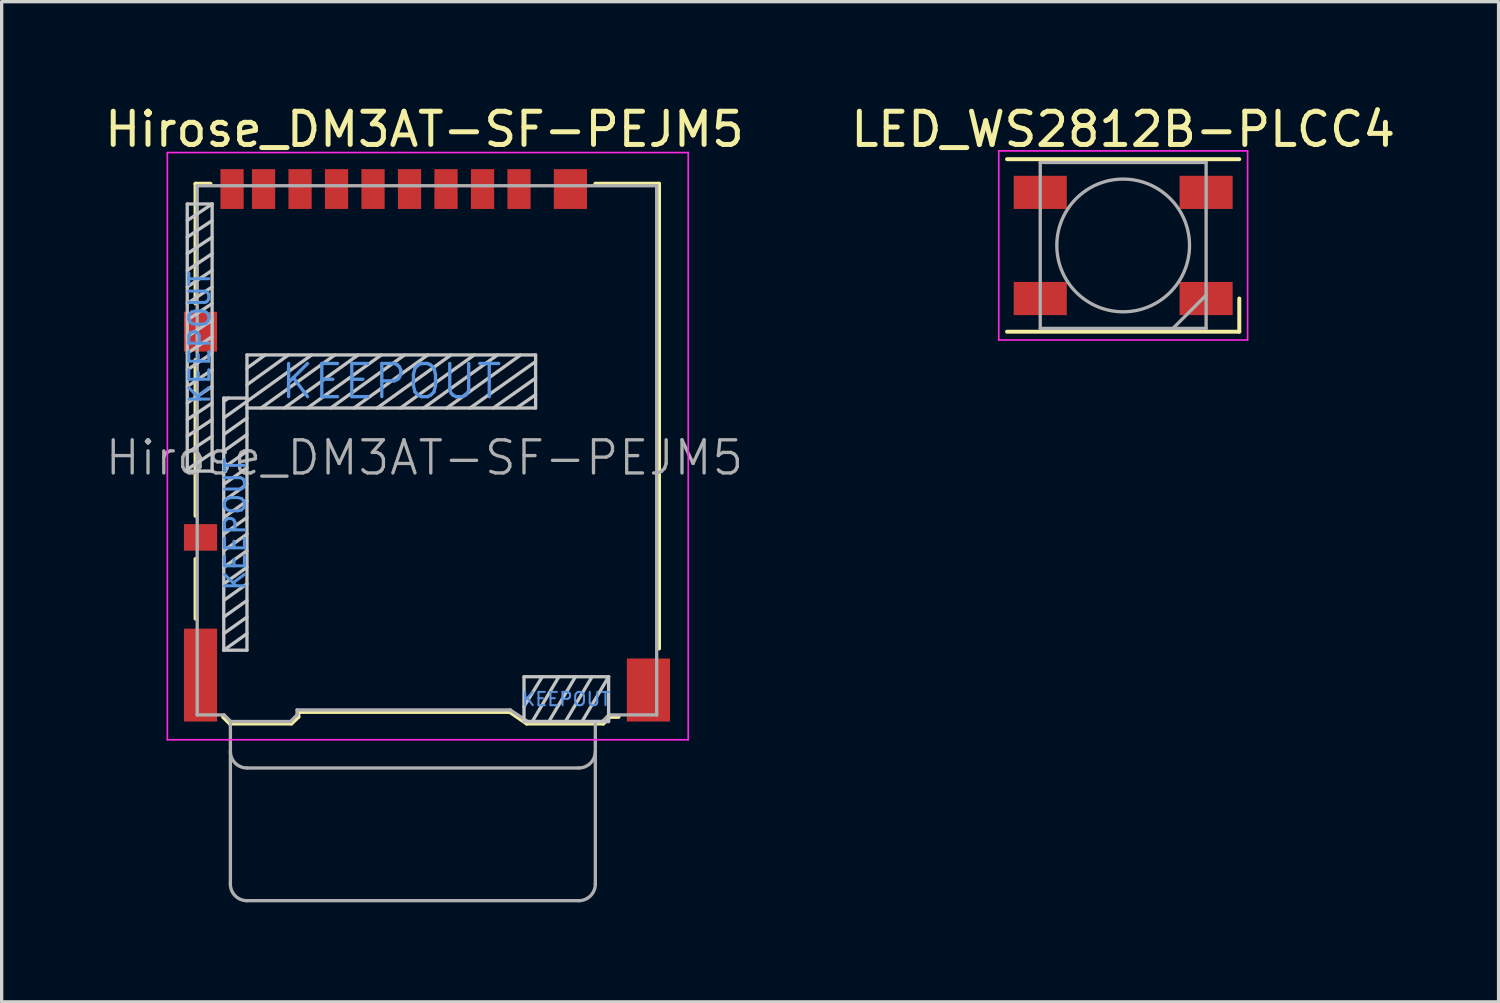
<source format=kicad_pcb>
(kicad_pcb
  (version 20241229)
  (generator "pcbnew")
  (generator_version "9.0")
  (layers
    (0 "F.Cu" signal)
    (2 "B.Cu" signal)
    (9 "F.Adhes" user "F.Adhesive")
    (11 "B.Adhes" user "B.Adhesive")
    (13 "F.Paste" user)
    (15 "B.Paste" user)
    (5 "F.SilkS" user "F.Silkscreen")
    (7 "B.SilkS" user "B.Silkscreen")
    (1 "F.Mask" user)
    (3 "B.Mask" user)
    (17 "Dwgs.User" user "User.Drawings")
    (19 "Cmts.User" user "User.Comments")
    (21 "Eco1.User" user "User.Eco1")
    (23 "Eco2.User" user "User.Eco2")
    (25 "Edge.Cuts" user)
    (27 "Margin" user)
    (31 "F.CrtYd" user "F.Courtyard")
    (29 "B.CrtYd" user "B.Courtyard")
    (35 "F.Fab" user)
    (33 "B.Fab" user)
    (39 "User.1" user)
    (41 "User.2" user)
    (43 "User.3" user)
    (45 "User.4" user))
  (footprint "Hirose_DM3AT-SF-PEJM5"
    (layer "F.Cu")
    (at 12.594 3.248)
    (property "Reference" "Hirose_DM3AT-SF-PEJM5" (at -2.85 -2.4 0) (layer "F.SilkS") (effects (font (size 1 1) (thickness 0.15))))
    (attr smd)
    (fp_line (start -9.75 -0.76) (end -9.75 2.85) (stroke (width 0.12) (type solid)) (layer "F.SilkS"))
    (fp_line (start -9.75 4.55) (end -9.75 9.25) (stroke (width 0.12) (type solid)) (layer "F.SilkS"))
    (fp_line (start -9.75 10.55) (end -9.75 12.35) (stroke (width 0.12) (type solid)) (layer "F.SilkS"))
    (fp_line (start -9.3 -0.76) (end -9.75 -0.76) (stroke (width 0.12) (type solid)) (layer "F.SilkS"))
    (fp_line (start -8.72 15.51) (end -8.92 15.31) (stroke (width 0.12) (type solid)) (layer "F.SilkS"))
    (fp_line (start -8.72 15.51) (end -6.86 15.51) (stroke (width 0.12) (type solid)) (layer "F.SilkS"))
    (fp_line (start -6.86 15.51) (end -6.65 15.31) (stroke (width 0.12) (type solid)) (layer "F.SilkS"))
    (fp_line (start -6.65 15.16) (end -6.65 15.31) (stroke (width 0.12) (type solid)) (layer "F.SilkS"))
    (fp_line (start -6.65 15.16) (end -0.28 15.16) (stroke (width 0.12) (type solid)) (layer "F.SilkS"))
    (fp_line (start 0.23 15.51) (end -0.28 15.16) (stroke (width 0.12) (type solid)) (layer "F.SilkS"))
    (fp_line (start 2.3 -0.76) (end 4.22 -0.76) (stroke (width 0.12) (type solid)) (layer "F.SilkS"))
    (fp_line (start 2.54 15.51) (end 0.23 15.51) (stroke (width 0.12) (type solid)) (layer "F.SilkS"))
    (fp_line (start 2.54 15.51) (end 2.74 15.31) (stroke (width 0.12) (type solid)) (layer "F.SilkS"))
    (fp_line (start 2.74 15.31) (end 3 15.31) (stroke (width 0.12) (type solid)) (layer "F.SilkS"))
    (fp_line (start 4.22 -0.76) (end 4.22 13.25) (stroke (width 0.12) (type solid)) (layer "F.SilkS"))
    (fp_line (start -10 -0.15) (end -9.25 -0.15) (stroke (width 0.1) (type solid)) (layer "Dwgs.User"))
    (fp_line (start -10 7.9) (end -10 -0.15) (stroke (width 0.1) (type solid)) (layer "Dwgs.User"))
    (fp_line (start -9.25 -0.15) (end -10 0.35) (stroke (width 0.1) (type solid)) (layer "Dwgs.User"))
    (fp_line (start -9.25 -0.15) (end -9.25 7.9) (stroke (width 0.1) (type solid)) (layer "Dwgs.User"))
    (fp_line (start -9.25 0.35) (end -10 0.85) (stroke (width 0.1) (type solid)) (layer "Dwgs.User"))
    (fp_line (start -9.25 0.85) (end -10 1.35) (stroke (width 0.1) (type solid)) (layer "Dwgs.User"))
    (fp_line (start -9.25 1.35) (end -10 1.85) (stroke (width 0.1) (type solid)) (layer "Dwgs.User"))
    (fp_line (start -9.25 1.85) (end -10 2.35) (stroke (width 0.1) (type solid)) (layer "Dwgs.User"))
    (fp_line (start -9.25 2.35) (end -10 2.85) (stroke (width 0.1) (type solid)) (layer "Dwgs.User"))
    (fp_line (start -9.25 2.85) (end -10 3.35) (stroke (width 0.1) (type solid)) (layer "Dwgs.User"))
    (fp_line (start -9.25 3.35) (end -10 3.85) (stroke (width 0.1) (type solid)) (layer "Dwgs.User"))
    (fp_line (start -9.25 3.85) (end -10 4.35) (stroke (width 0.1) (type solid)) (layer "Dwgs.User"))
    (fp_line (start -9.25 4.35) (end -10 4.85) (stroke (width 0.1) (type solid)) (layer "Dwgs.User"))
    (fp_line (start -9.25 4.85) (end -10 5.35) (stroke (width 0.1) (type solid)) (layer "Dwgs.User"))
    (fp_line (start -9.25 5.35) (end -10 5.85) (stroke (width 0.1) (type solid)) (layer "Dwgs.User"))
    (fp_line (start -9.25 5.85) (end -10 6.35) (stroke (width 0.1) (type solid)) (layer "Dwgs.User"))
    (fp_line (start -9.25 6.35) (end -10 6.85) (stroke (width 0.1) (type solid)) (layer "Dwgs.User"))
    (fp_line (start -9.25 6.85) (end -10 7.35) (stroke (width 0.1) (type solid)) (layer "Dwgs.User"))
    (fp_line (start -9.25 7.35) (end -10 7.85) (stroke (width 0.1) (type solid)) (layer "Dwgs.User"))
    (fp_line (start -9.25 7.9) (end -10 7.9) (stroke (width 0.1) (type solid)) (layer "Dwgs.User"))
    (fp_line (start -8.9 5.7) (end -8.2 5.7) (stroke (width 0.1) (type solid)) (layer "Dwgs.User"))
    (fp_line (start -8.9 5.8) (end -8.75 5.7) (stroke (width 0.1) (type solid)) (layer "Dwgs.User"))
    (fp_line (start -8.9 6.3) (end -8.2 5.8) (stroke (width 0.1) (type solid)) (layer "Dwgs.User"))
    (fp_line (start -8.9 6.8) (end -8.2 6.3) (stroke (width 0.1) (type solid)) (layer "Dwgs.User"))
    (fp_line (start -8.9 7.3) (end -8.2 6.8) (stroke (width 0.1) (type solid)) (layer "Dwgs.User"))
    (fp_line (start -8.9 7.8) (end -8.2 7.3) (stroke (width 0.1) (type solid)) (layer "Dwgs.User"))
    (fp_line (start -8.9 8.3) (end -8.2 7.8) (stroke (width 0.1) (type solid)) (layer "Dwgs.User"))
    (fp_line (start -8.9 8.8) (end -8.2 8.3) (stroke (width 0.1) (type solid)) (layer "Dwgs.User"))
    (fp_line (start -8.9 9.3) (end -8.2 8.8) (stroke (width 0.1) (type solid)) (layer "Dwgs.User"))
    (fp_line (start -8.9 9.8) (end -8.2 9.3) (stroke (width 0.1) (type solid)) (layer "Dwgs.User"))
    (fp_line (start -8.9 10.3) (end -8.2 9.8) (stroke (width 0.1) (type solid)) (layer "Dwgs.User"))
    (fp_line (start -8.9 10.8) (end -8.2 10.3) (stroke (width 0.1) (type solid)) (layer "Dwgs.User"))
    (fp_line (start -8.9 11.3) (end -8.2 10.8) (stroke (width 0.1) (type solid)) (layer "Dwgs.User"))
    (fp_line (start -8.9 11.8) (end -8.2 11.3) (stroke (width 0.1) (type solid)) (layer "Dwgs.User"))
    (fp_line (start -8.9 12.3) (end -8.2 11.8) (stroke (width 0.1) (type solid)) (layer "Dwgs.User"))
    (fp_line (start -8.9 12.8) (end -8.2 12.3) (stroke (width 0.1) (type solid)) (layer "Dwgs.User"))
    (fp_line (start -8.9 13.3) (end -8.9 5.7) (stroke (width 0.1) (type solid)) (layer "Dwgs.User"))
    (fp_line (start -8.9 13.3) (end -8.2 12.8) (stroke (width 0.1) (type solid)) (layer "Dwgs.User"))
    (fp_line (start -8.2 4.4) (end -8.2 13.3) (stroke (width 0.1) (type solid)) (layer "Dwgs.User"))
    (fp_line (start -8.2 4.4) (end 0.5 4.4) (stroke (width 0.1) (type solid)) (layer "Dwgs.User"))
    (fp_line (start -8.2 5.8) (end -6.25 4.4) (stroke (width 0.1) (type solid)) (layer "Dwgs.User"))
    (fp_line (start -8.2 13.3) (end -8.9 13.3) (stroke (width 0.1) (type solid)) (layer "Dwgs.User"))
    (fp_line (start -7.65 4.4) (end -8.2 4.8) (stroke (width 0.1) (type solid)) (layer "Dwgs.User"))
    (fp_line (start -6.95 4.4) (end -8.2 5.3) (stroke (width 0.1) (type solid)) (layer "Dwgs.User"))
    (fp_line (start -5.55 4.4) (end -7.775 6) (stroke (width 0.1) (type solid)) (layer "Dwgs.User"))
    (fp_line (start -4.85 4.4) (end -7.075 6) (stroke (width 0.1) (type solid)) (layer "Dwgs.User"))
    (fp_line (start -4.15 4.4) (end -6.375 6) (stroke (width 0.1) (type solid)) (layer "Dwgs.User"))
    (fp_line (start -3.45 4.4) (end -5.675 6) (stroke (width 0.1) (type solid)) (layer "Dwgs.User"))
    (fp_line (start -2.75 4.4) (end -4.975 6) (stroke (width 0.1) (type solid)) (layer "Dwgs.User"))
    (fp_line (start -2.05 4.4) (end -4.275 6) (stroke (width 0.1) (type solid)) (layer "Dwgs.User"))
    (fp_line (start -1.35 4.4) (end -3.575 6) (stroke (width 0.1) (type solid)) (layer "Dwgs.User"))
    (fp_line (start -0.65 4.4) (end -2.875 6) (stroke (width 0.1) (type solid)) (layer "Dwgs.User"))
    (fp_line (start 0.05 4.4) (end -2.175 6) (stroke (width 0.1) (type solid)) (layer "Dwgs.User"))
    (fp_line (start 0.15 14.1) (end 2.7 14.1) (stroke (width 0.1) (type solid)) (layer "Dwgs.User"))
    (fp_line (start 0.15 15.45) (end 0.15 14.1) (stroke (width 0.1) (type solid)) (layer "Dwgs.User"))
    (fp_line (start 0.5 4.4) (end 0.5 6) (stroke (width 0.1) (type solid)) (layer "Dwgs.User"))
    (fp_line (start 0.5 4.6) (end -1.475 6) (stroke (width 0.1) (type solid)) (layer "Dwgs.User"))
    (fp_line (start 0.5 5.1) (end -0.775 6) (stroke (width 0.1) (type solid)) (layer "Dwgs.User"))
    (fp_line (start 0.5 5.6) (end -0.075 6) (stroke (width 0.1) (type solid)) (layer "Dwgs.User"))
    (fp_line (start 0.5 6) (end -8.2 6) (stroke (width 0.1) (type solid)) (layer "Dwgs.User"))
    (fp_line (start 0.7 14.1) (end 0.15 15) (stroke (width 0.1) (type solid)) (layer "Dwgs.User"))
    (fp_line (start 1.2 14.1) (end 0.4 15.45) (stroke (width 0.1) (type solid)) (layer "Dwgs.User"))
    (fp_line (start 1.7 14.1) (end 0.9 15.45) (stroke (width 0.1) (type solid)) (layer "Dwgs.User"))
    (fp_line (start 2.2 14.1) (end 1.4 15.45) (stroke (width 0.1) (type solid)) (layer "Dwgs.User"))
    (fp_line (start 2.7 14.1) (end 1.9 15.45) (stroke (width 0.1) (type solid)) (layer "Dwgs.User"))
    (fp_line (start 2.7 14.1) (end 2.7 15.45) (stroke (width 0.1) (type solid)) (layer "Dwgs.User"))
    (fp_line (start 2.7 15.45) (end 0.15 15.45) (stroke (width 0.1) (type solid)) (layer "Dwgs.User"))
    (fp_line (start -10.6 -1.7) (end 5.1 -1.7) (stroke (width 0.05) (type solid)) (layer "F.CrtYd"))
    (fp_line (start -10.6 16) (end -10.6 -1.7) (stroke (width 0.05) (type solid)) (layer "F.CrtYd"))
    (fp_line (start 5.1 -1.7) (end 5.1 16) (stroke (width 0.05) (type solid)) (layer "F.CrtYd"))
    (fp_line (start 5.1 16) (end -10.6 16) (stroke (width 0.05) (type solid)) (layer "F.CrtYd"))
    (fp_line (start -9.7 15.25) (end -9.7 -0.7) (stroke (width 0.1) (type solid)) (layer "F.Fab"))
    (fp_line (start -8.89 15.25) (end -9.7 15.25) (stroke (width 0.1) (type solid)) (layer "F.Fab"))
    (fp_line (start -8.7 15.45) (end -8.7 20.35) (stroke (width 0.1) (type solid)) (layer "F.Fab"))
    (fp_line (start -8.69 15.45) (end -8.89 15.25) (stroke (width 0.1) (type solid)) (layer "F.Fab"))
    (fp_line (start -8.2 16.85) (end 1.8 16.85) (stroke (width 0.1) (type solid)) (layer "F.Fab"))
    (fp_line (start -8.2 20.85) (end 1.8 20.85) (stroke (width 0.1) (type solid)) (layer "F.Fab"))
    (fp_line (start -6.89 15.45) (end -8.69 15.45) (stroke (width 0.1) (type solid)) (layer "F.Fab"))
    (fp_line (start -6.69 15.25) (end -6.89 15.45) (stroke (width 0.1) (type solid)) (layer "F.Fab"))
    (fp_line (start -6.69 15.25) (end -6.69 15.1) (stroke (width 0.1) (type solid)) (layer "F.Fab"))
    (fp_line (start -0.265 15.1) (end -6.69 15.1) (stroke (width 0.1) (type solid)) (layer "F.Fab"))
    (fp_line (start 0.26 15.45) (end -0.265 15.1) (stroke (width 0.1) (type solid)) (layer "F.Fab"))
    (fp_line (start 2.3 20.35) (end 2.3 15.45) (stroke (width 0.1) (type solid)) (layer "F.Fab"))
    (fp_line (start 2.51 15.45) (end 0.26 15.45) (stroke (width 0.1) (type solid)) (layer "F.Fab"))
    (fp_line (start 2.51 15.45) (end 2.71 15.25) (stroke (width 0.1) (type solid)) (layer "F.Fab"))
    (fp_line (start 2.71 15.25) (end 4.15 15.25) (stroke (width 0.1) (type solid)) (layer "F.Fab"))
    (fp_line (start 4.15 -0.7) (end -9.7 -0.7) (stroke (width 0.1) (type solid)) (layer "F.Fab"))
    (fp_line (start 4.15 15.25) (end 4.15 -0.7) (stroke (width 0.1) (type solid)) (layer "F.Fab"))
    (fp_arc (start -8.2 16.85) (mid -8.553553 16.703553) (end -8.7 16.35) (stroke (width 0.1) (type solid)) (layer "F.Fab"))
    (fp_arc (start -8.2 20.85) (mid -8.553553 20.703553) (end -8.7 20.35) (stroke (width 0.1) (type solid)) (layer "F.Fab"))
    (fp_arc (start 2.3 16.35) (mid 2.153553 16.703553) (end 1.8 16.85) (stroke (width 0.1) (type solid)) (layer "F.Fab"))
    (fp_arc (start 2.3 20.35) (mid 2.153553 20.703553) (end 1.8 20.85) (stroke (width 0.1) (type solid)) (layer "F.Fab"))
    (fp_text user "KEEPOUT" (at -3.85 5.2 0) (layer "Cmts.User") (effects (font (size 1 1) (thickness 0.1))))
    (fp_text user "KEEPOUT" (at 1.425 14.775 0) (layer "Cmts.User") (effects (font (size 0.4 0.4) (thickness 0.06))))
    (fp_text user "KEEPOUT" (at -9.625 3.875 90) (layer "Cmts.User") (effects (font (size 0.6 0.6) (thickness 0.09))))
    (fp_text user "KEEPOUT" (at -8.55 9.5 90) (layer "Cmts.User") (effects (font (size 0.6 0.6) (thickness 0.09))))
    (fp_text user "${REFERENCE}" (at -2.85 7.5 0) (layer "F.Fab") (effects (font (size 1 1) (thickness 0.1))))
    (pad "1" smd rect (at 0 -0.6) (size 0.7 1.2) (layers "F.Cu" "F.Mask" "F.Paste"))
    (pad "2" smd rect (at -1.1 -0.6) (size 0.7 1.2) (layers "F.Cu" "F.Mask" "F.Paste"))
    (pad "3" smd rect (at -2.2 -0.6) (size 0.7 1.2) (layers "F.Cu" "F.Mask" "F.Paste"))
    (pad "4" smd rect (at -3.3 -0.6) (size 0.7 1.2) (layers "F.Cu" "F.Mask" "F.Paste"))
    (pad "5" smd rect (at -4.4 -0.6) (size 0.7 1.2) (layers "F.Cu" "F.Mask" "F.Paste"))
    (pad "6" smd rect (at -5.5 -0.6) (size 0.7 1.2) (layers "F.Cu" "F.Mask" "F.Paste"))
    (pad "7" smd rect (at -6.6 -0.6) (size 0.7 1.2) (layers "F.Cu" "F.Mask" "F.Paste"))
    (pad "8" smd rect (at -7.7 -0.6) (size 0.7 1.2) (layers "F.Cu" "F.Mask" "F.Paste"))
    (pad "9" smd rect (at -8.65 -0.6) (size 0.7 1.2) (layers "F.Cu" "F.Mask" "F.Paste"))
    (pad "10" smd rect (at -9.6 9.9) (size 1 0.8) (layers "F.Cu" "F.Mask" "F.Paste"))
    (pad "11" smd rect (at -9.6 3.7) (size 1 1.2) (layers "F.Cu" "F.Mask" "F.Paste"))
    (pad "11" smd rect (at -9.6 14.05) (size 1 2.8) (layers "F.Cu" "F.Mask" "F.Paste"))
    (pad "11" smd rect (at 1.55 -0.6) (size 1 1.2) (layers "F.Cu" "F.Mask" "F.Paste"))
    (pad "11" smd rect (at 3.9 14.5) (size 1.3 1.9) (layers "F.Cu" "F.Mask" "F.Paste")))
  (footprint "LED_WS2812B-PLCC4"
    (layer "F.Cu")
    (at 30.804 4.348)
    (property "Reference" "LED_WS2812B-PLCC4" (at 0 -3.5 0) (layer "F.SilkS") (effects (font (size 1 1) (thickness 0.15))))
    (attr smd)
    (fp_line (start -3.5 -2.6) (end 3.5 -2.6) (stroke (width 0.12) (type solid)) (layer "F.SilkS"))
    (fp_line (start -3.5 2.6) (end 3.5 2.6) (stroke (width 0.12) (type solid)) (layer "F.SilkS"))
    (fp_line (start 3.5 2.6) (end 3.5 1.6) (stroke (width 0.12) (type solid)) (layer "F.SilkS"))
    (fp_line (start -3.75 -2.85) (end -3.75 2.85) (stroke (width 0.05) (type solid)) (layer "F.CrtYd"))
    (fp_line (start -3.75 2.85) (end 3.75 2.85) (stroke (width 0.05) (type solid)) (layer "F.CrtYd"))
    (fp_line (start 3.75 -2.85) (end -3.75 -2.85) (stroke (width 0.05) (type solid)) (layer "F.CrtYd"))
    (fp_line (start 3.75 2.85) (end 3.75 -2.85) (stroke (width 0.05) (type solid)) (layer "F.CrtYd"))
    (fp_line (start -2.5 -2.5) (end -2.5 2.5) (stroke (width 0.1) (type solid)) (layer "F.Fab"))
    (fp_line (start -2.5 2.5) (end 2.5 2.5) (stroke (width 0.1) (type solid)) (layer "F.Fab"))
    (fp_line (start 2.5 -2.5) (end -2.5 -2.5) (stroke (width 0.1) (type solid)) (layer "F.Fab"))
    (fp_line (start 2.5 1.5) (end 1.5 2.5) (stroke (width 0.1) (type solid)) (layer "F.Fab"))
    (fp_line (start 2.5 2.5) (end 2.5 -2.5) (stroke (width 0.1) (type solid)) (layer "F.Fab"))
    (fp_circle (center 0 0) (end 0 -2) (stroke (width 0.1) (type solid)) (fill no) (layer "F.Fab"))
    (pad "1" smd rect (at -2.5 -1.6) (size 1.6 1) (layers "F.Cu" "F.Mask" "F.Paste"))
    (pad "2" smd rect (at -2.5 1.6) (size 1.6 1) (layers "F.Cu" "F.Mask" "F.Paste"))
    (pad "3" smd rect (at 2.5 1.6) (size 1.6 1) (layers "F.Cu" "F.Mask" "F.Paste"))
    (pad "4" smd rect (at 2.5 -1.6) (size 1.6 1) (layers "F.Cu" "F.Mask" "F.Paste")))
  (gr_rect
    (start -3 -3)
    (end 42.119 27.148)
    (stroke (width 0.1) (type default))
    (fill no)
    (layer "Edge.Cuts")))
</source>
